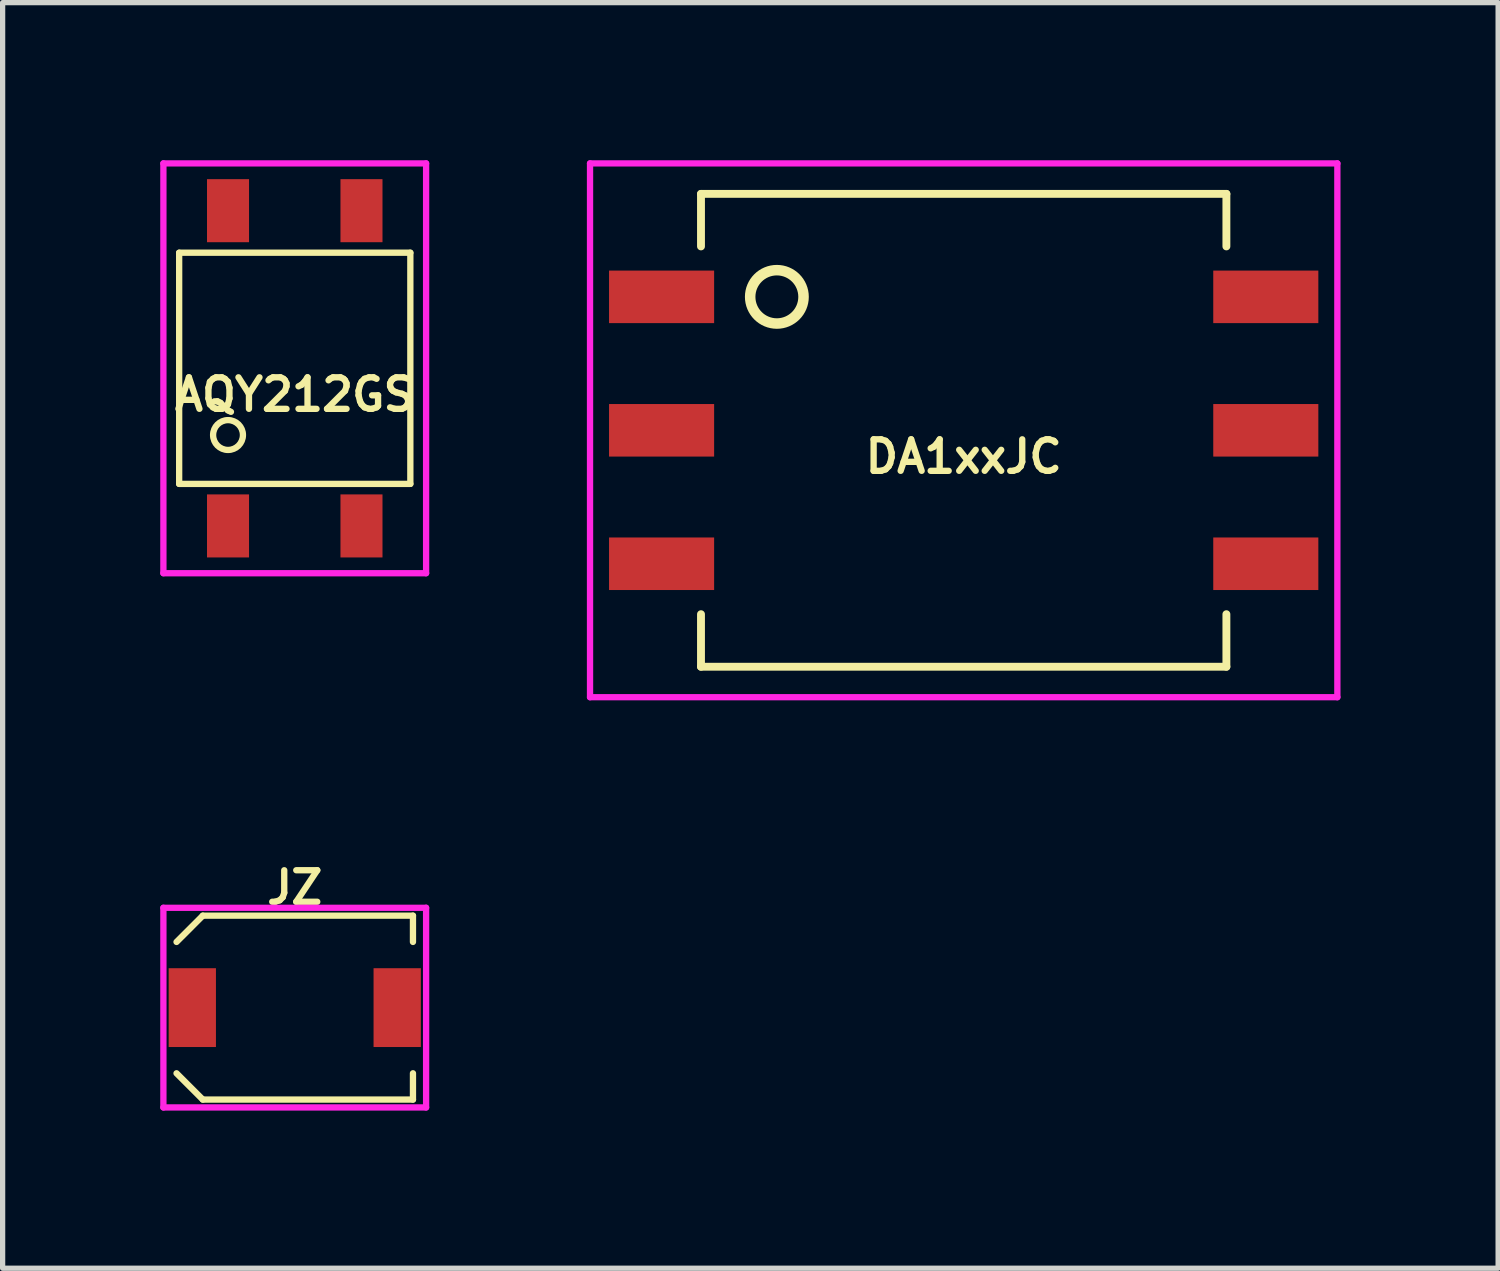
<source format=kicad_pcb>
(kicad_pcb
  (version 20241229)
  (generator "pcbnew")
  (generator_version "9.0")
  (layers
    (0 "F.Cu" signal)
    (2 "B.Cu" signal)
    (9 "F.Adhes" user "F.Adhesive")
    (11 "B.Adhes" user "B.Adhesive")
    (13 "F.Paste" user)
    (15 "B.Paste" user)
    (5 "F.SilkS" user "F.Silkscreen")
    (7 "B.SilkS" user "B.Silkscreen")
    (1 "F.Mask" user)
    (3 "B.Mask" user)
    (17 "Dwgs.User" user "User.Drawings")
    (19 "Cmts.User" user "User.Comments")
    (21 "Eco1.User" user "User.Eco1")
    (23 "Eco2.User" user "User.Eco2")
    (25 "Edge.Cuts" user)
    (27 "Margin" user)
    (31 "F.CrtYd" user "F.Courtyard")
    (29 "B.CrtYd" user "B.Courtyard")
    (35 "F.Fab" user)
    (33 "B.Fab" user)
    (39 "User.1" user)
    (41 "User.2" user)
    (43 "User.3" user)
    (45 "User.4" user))
  (footprint "AQY212GS"
    (layer "F.Cu")
    (at 2.56 3.96)
    (property "Reference" "AQY212GS" (at 0 0.5 0) (layer "F.SilkS") (effects (font (size 0.6 0.6) (thickness 0.12))))
    (attr through_hole)
    (fp_line (start -2.2 -2.2) (end -2.2 2.2) (stroke (width 0.12) (type solid)) (layer "F.SilkS"))
    (fp_line (start -2.2 2.2) (end 2.2 2.2) (stroke (width 0.12) (type solid)) (layer "F.SilkS"))
    (fp_line (start 2.2 -2.2) (end -2.2 -2.2) (stroke (width 0.12) (type solid)) (layer "F.SilkS"))
    (fp_line (start 2.2 2.2) (end 2.2 -2.2) (stroke (width 0.12) (type solid)) (layer "F.SilkS"))
    (fp_circle (center -1.27 1.27) (end -1.524 1.143) (stroke (width 0.12) (type solid)) (fill no) (layer "F.SilkS"))
    (fp_line (start -2.5 -3.9) (end 2.5 -3.9) (stroke (width 0.12) (type solid)) (layer "F.CrtYd"))
    (fp_line (start -2.5 3.9) (end -2.5 -3.9) (stroke (width 0.12) (type solid)) (layer "F.CrtYd"))
    (fp_line (start 2.5 -3.9) (end 2.5 3.9) (stroke (width 0.12) (type solid)) (layer "F.CrtYd"))
    (fp_line (start 2.5 3.9) (end -2.5 3.9) (stroke (width 0.12) (type solid)) (layer "F.CrtYd"))
    (pad "1" smd rect (at -1.27 3) (size 0.8 1.2) (layers "F.Cu" "F.Mask" "F.Paste"))
    (pad "2" smd rect (at 1.27 3) (size 0.8 1.2) (layers "F.Cu" "F.Mask" "F.Paste"))
    (pad "3" smd rect (at 1.27 -3) (size 0.8 1.2) (layers "F.Cu" "F.Mask" "F.Paste"))
    (pad "4" smd rect (at -1.27 -3) (size 0.8 1.2) (layers "F.Cu" "F.Mask" "F.Paste")))
  (footprint "JZ"
    (layer "F.Cu")
    (at 2.56 16.128)
    (property "Reference" "JZ" (at 0 -2.286 0) (layer "F.SilkS") (effects (font (size 0.6 0.6) (thickness 0.12))))
    (attr through_hole)
    (fp_line (start -2.25 -1.25) (end -1.75 -1.75) (stroke (width 0.12) (type solid)) (layer "F.SilkS"))
    (fp_line (start -2.25 1.25) (end -1.75 1.75) (stroke (width 0.12) (type solid)) (layer "F.SilkS"))
    (fp_line (start -1.75 -1.75) (end 2.25 -1.75) (stroke (width 0.12) (type solid)) (layer "F.SilkS"))
    (fp_line (start -1.75 1.75) (end 2.25 1.75) (stroke (width 0.12) (type solid)) (layer "F.SilkS"))
    (fp_line (start 2.25 -1.75) (end 2.25 -1.25) (stroke (width 0.12) (type solid)) (layer "F.SilkS"))
    (fp_line (start 2.25 1.75) (end 2.25 1.25) (stroke (width 0.12) (type solid)) (layer "F.SilkS"))
    (fp_line (start -2.5 -1.9) (end 2.5 -1.9) (stroke (width 0.12) (type solid)) (layer "F.CrtYd"))
    (fp_line (start -2.5 1.9) (end -2.5 -1.9) (stroke (width 0.12) (type solid)) (layer "F.CrtYd"))
    (fp_line (start 2.5 -1.9) (end 2.5 1.9) (stroke (width 0.12) (type solid)) (layer "F.CrtYd"))
    (fp_line (start 2.5 1.9) (end -2.5 1.9) (stroke (width 0.12) (type solid)) (layer "F.CrtYd"))
    (pad "1" smd rect (at -1.95 0) (size 0.9 1.5) (layers "F.Cu" "F.Mask" "F.Paste"))
    (pad "2" smd rect (at 1.95 0) (size 0.9 1.5) (layers "F.Cu" "F.Mask" "F.Paste")))
  (footprint "DA1xxJC"
    (layer "F.Cu")
    (at 15.292 5.14)
    (property "Reference" "DA1xxJC" (at 0 0.5 0) (layer "F.SilkS") (effects (font (size 0.6 0.6) (thickness 0.12))))
    (attr through_hole)
    (fp_line (start -5 -4.5) (end -5 -3.5) (stroke (width 0.15) (type solid)) (layer "F.SilkS"))
    (fp_line (start -5 -4.5) (end 5 -4.5) (stroke (width 0.15) (type solid)) (layer "F.SilkS"))
    (fp_line (start -5 4.5) (end -5 3.5) (stroke (width 0.15) (type solid)) (layer "F.SilkS"))
    (fp_line (start -5 4.5) (end 5 4.5) (stroke (width 0.15) (type solid)) (layer "F.SilkS"))
    (fp_line (start 5 -4.5) (end 5 -3.5) (stroke (width 0.15) (type solid)) (layer "F.SilkS"))
    (fp_line (start 5 4.5) (end 5 3.5) (stroke (width 0.15) (type solid)) (layer "F.SilkS"))
    (fp_circle (center -3.556 -2.54) (end -3.048 -2.54) (stroke (width 0.2) (type solid)) (fill no) (layer "F.SilkS"))
    (fp_line (start -7.112 -5.08) (end 7.112 -5.08) (stroke (width 0.12) (type solid)) (layer "F.CrtYd"))
    (fp_line (start -7.112 5.08) (end -7.112 -5.08) (stroke (width 0.12) (type solid)) (layer "F.CrtYd"))
    (fp_line (start 7.112 -5.08) (end 7.112 5.08) (stroke (width 0.12) (type solid)) (layer "F.CrtYd"))
    (fp_line (start 7.112 5.08) (end -7.112 5.08) (stroke (width 0.12) (type solid)) (layer "F.CrtYd"))
    (pad "1" smd rect (at -5.75 -2.54) (size 2 1) (layers "F.Cu" "F.Mask" "F.Paste"))
    (pad "2" smd rect (at -5.75 0) (size 2 1) (layers "F.Cu" "F.Mask" "F.Paste"))
    (pad "3" smd rect (at -5.75 2.54) (size 2 1) (layers "F.Cu" "F.Mask" "F.Paste"))
    (pad "4" smd rect (at 5.75 2.54) (size 2 1) (layers "F.Cu" "F.Mask" "F.Paste"))
    (pad "5" smd rect (at 5.75 0) (size 2 1) (layers "F.Cu" "F.Mask" "F.Paste"))
    (pad "6" smd rect (at 5.75 -2.54) (size 2 1) (layers "F.Cu" "F.Mask" "F.Paste")))
  (gr_rect
    (start -3 -3)
    (end 25.464 21.088)
    (stroke (width 0.1) (type default))
    (fill no)
    (layer "Edge.Cuts")))
</source>
